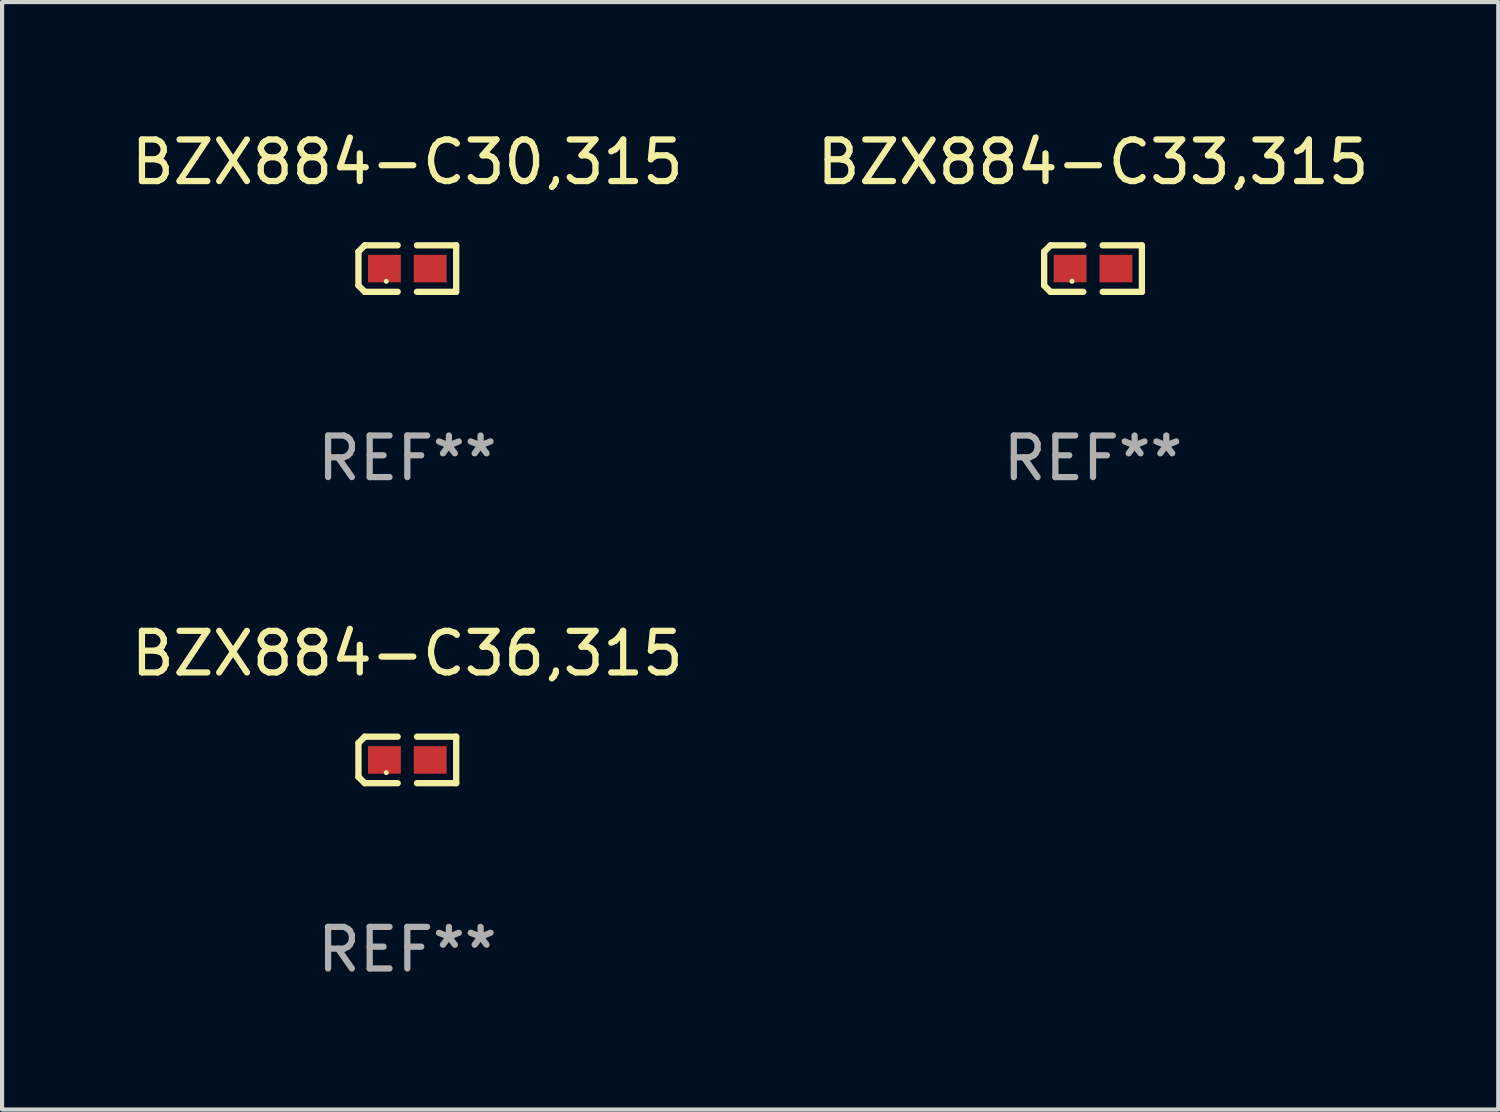
<source format=kicad_pcb>
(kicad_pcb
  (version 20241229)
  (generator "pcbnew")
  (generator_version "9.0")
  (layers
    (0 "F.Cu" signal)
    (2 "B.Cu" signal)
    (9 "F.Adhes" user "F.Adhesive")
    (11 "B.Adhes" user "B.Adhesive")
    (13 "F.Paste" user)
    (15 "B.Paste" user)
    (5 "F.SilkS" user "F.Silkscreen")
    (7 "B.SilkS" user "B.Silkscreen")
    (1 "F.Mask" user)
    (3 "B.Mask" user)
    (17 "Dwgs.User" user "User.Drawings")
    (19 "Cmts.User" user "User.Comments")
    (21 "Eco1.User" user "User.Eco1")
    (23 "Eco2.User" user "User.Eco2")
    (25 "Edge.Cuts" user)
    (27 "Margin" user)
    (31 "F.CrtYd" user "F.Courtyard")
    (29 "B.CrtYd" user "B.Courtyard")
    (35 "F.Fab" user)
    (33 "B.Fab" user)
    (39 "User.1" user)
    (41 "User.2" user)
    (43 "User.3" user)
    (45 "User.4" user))
  (footprint "BZX884-C36,315"
    (layer "F.Cu")
    (at 6.744 15.223)
    (property "Reference" "BZX884-C36,315" (at 0 -2.559 0) (layer "F.SilkS") (effects (font (size 1 1) (thickness 0.15))))
    (attr through_hole)
    (fp_line (start -1.175 -0.407) (end -1.023 -0.559) (stroke (width 0.152) (type solid)) (layer "F.SilkS"))
    (fp_line (start -1.175 0.407) (end -1.175 -0.407) (stroke (width 0.152) (type solid)) (layer "F.SilkS"))
    (fp_line (start -1.023 -0.559) (end -0.232 -0.559) (stroke (width 0.152) (type solid)) (layer "F.SilkS"))
    (fp_line (start -1.023 0.559) (end -1.175 0.407) (stroke (width 0.152) (type solid)) (layer "F.SilkS"))
    (fp_line (start -0.232 0.559) (end -1.023 0.559) (stroke (width 0.152) (type solid)) (layer "F.SilkS"))
    (fp_line (start 0.232 0.559) (end 1.175 0.559) (stroke (width 0.152) (type solid)) (layer "F.SilkS"))
    (fp_line (start 1.175 -0.559) (end 0.232 -0.559) (stroke (width 0.152) (type solid)) (layer "F.SilkS"))
    (fp_line (start 1.175 0.559) (end 1.175 -0.559) (stroke (width 0.152) (type solid)) (layer "F.SilkS"))
    (fp_circle (center -0.506 0.306) (end -0.476 0.306) (stroke (width 0.06) (type solid)) (fill no) (layer "F.SilkS"))
    (fp_text user "REF**" (at 0 4.559 0) (layer "F.Fab") (effects (font (size 1 1) (thickness 0.15))))
    (pad "1" smd rect (at -0.551 0) (size 0.79 0.661) (layers "F.Cu" "F.Mask" "F.Paste"))
    (pad "2" smd rect (at 0.551 0) (size 0.79 0.661) (layers "F.Cu" "F.Mask" "F.Paste")))
  (footprint "BZX884-C33,315"
    (layer "F.Cu")
    (at 23.232 3.408)
    (property "Reference" "BZX884-C33,315" (at 0 -2.559 0) (layer "F.SilkS") (effects (font (size 1 1) (thickness 0.15))))
    (attr through_hole)
    (fp_line (start -1.175 -0.407) (end -1.023 -0.559) (stroke (width 0.152) (type solid)) (layer "F.SilkS"))
    (fp_line (start -1.175 0.407) (end -1.175 -0.407) (stroke (width 0.152) (type solid)) (layer "F.SilkS"))
    (fp_line (start -1.023 -0.559) (end -0.232 -0.559) (stroke (width 0.152) (type solid)) (layer "F.SilkS"))
    (fp_line (start -1.023 0.559) (end -1.175 0.407) (stroke (width 0.152) (type solid)) (layer "F.SilkS"))
    (fp_line (start -0.232 0.559) (end -1.023 0.559) (stroke (width 0.152) (type solid)) (layer "F.SilkS"))
    (fp_line (start 0.232 0.559) (end 1.175 0.559) (stroke (width 0.152) (type solid)) (layer "F.SilkS"))
    (fp_line (start 1.175 -0.559) (end 0.232 -0.559) (stroke (width 0.152) (type solid)) (layer "F.SilkS"))
    (fp_line (start 1.175 0.559) (end 1.175 -0.559) (stroke (width 0.152) (type solid)) (layer "F.SilkS"))
    (fp_circle (center -0.506 0.306) (end -0.476 0.306) (stroke (width 0.06) (type solid)) (fill no) (layer "F.SilkS"))
    (fp_text user "REF**" (at 0 4.559 0) (layer "F.Fab") (effects (font (size 1 1) (thickness 0.15))))
    (pad "1" smd rect (at -0.551 0) (size 0.79 0.661) (layers "F.Cu" "F.Mask" "F.Paste"))
    (pad "2" smd rect (at 0.551 0) (size 0.79 0.661) (layers "F.Cu" "F.Mask" "F.Paste")))
  (footprint "BZX884-C30,315"
    (layer "F.Cu")
    (at 6.744 3.408)
    (property "Reference" "BZX884-C30,315" (at 0 -2.559 0) (layer "F.SilkS") (effects (font (size 1 1) (thickness 0.15))))
    (attr through_hole)
    (fp_line (start -1.175 -0.407) (end -1.023 -0.559) (stroke (width 0.152) (type solid)) (layer "F.SilkS"))
    (fp_line (start -1.175 0.407) (end -1.175 -0.407) (stroke (width 0.152) (type solid)) (layer "F.SilkS"))
    (fp_line (start -1.023 -0.559) (end -0.232 -0.559) (stroke (width 0.152) (type solid)) (layer "F.SilkS"))
    (fp_line (start -1.023 0.559) (end -1.175 0.407) (stroke (width 0.152) (type solid)) (layer "F.SilkS"))
    (fp_line (start -0.232 0.559) (end -1.023 0.559) (stroke (width 0.152) (type solid)) (layer "F.SilkS"))
    (fp_line (start 0.232 0.559) (end 1.175 0.559) (stroke (width 0.152) (type solid)) (layer "F.SilkS"))
    (fp_line (start 1.175 -0.559) (end 0.232 -0.559) (stroke (width 0.152) (type solid)) (layer "F.SilkS"))
    (fp_line (start 1.175 0.559) (end 1.175 -0.559) (stroke (width 0.152) (type solid)) (layer "F.SilkS"))
    (fp_circle (center -0.506 0.306) (end -0.476 0.306) (stroke (width 0.06) (type solid)) (fill no) (layer "F.SilkS"))
    (fp_text user "REF**" (at 0 4.559 0) (layer "F.Fab") (effects (font (size 1 1) (thickness 0.15))))
    (pad "1" smd rect (at -0.551 0) (size 0.79 0.661) (layers "F.Cu" "F.Mask" "F.Paste"))
    (pad "2" smd rect (at 0.551 0) (size 0.79 0.661) (layers "F.Cu" "F.Mask" "F.Paste")))
  (gr_rect
    (start -3 -3)
    (end 32.976 23.63)
    (stroke (width 0.1) (type default))
    (fill no)
    (layer "Edge.Cuts")))
</source>
